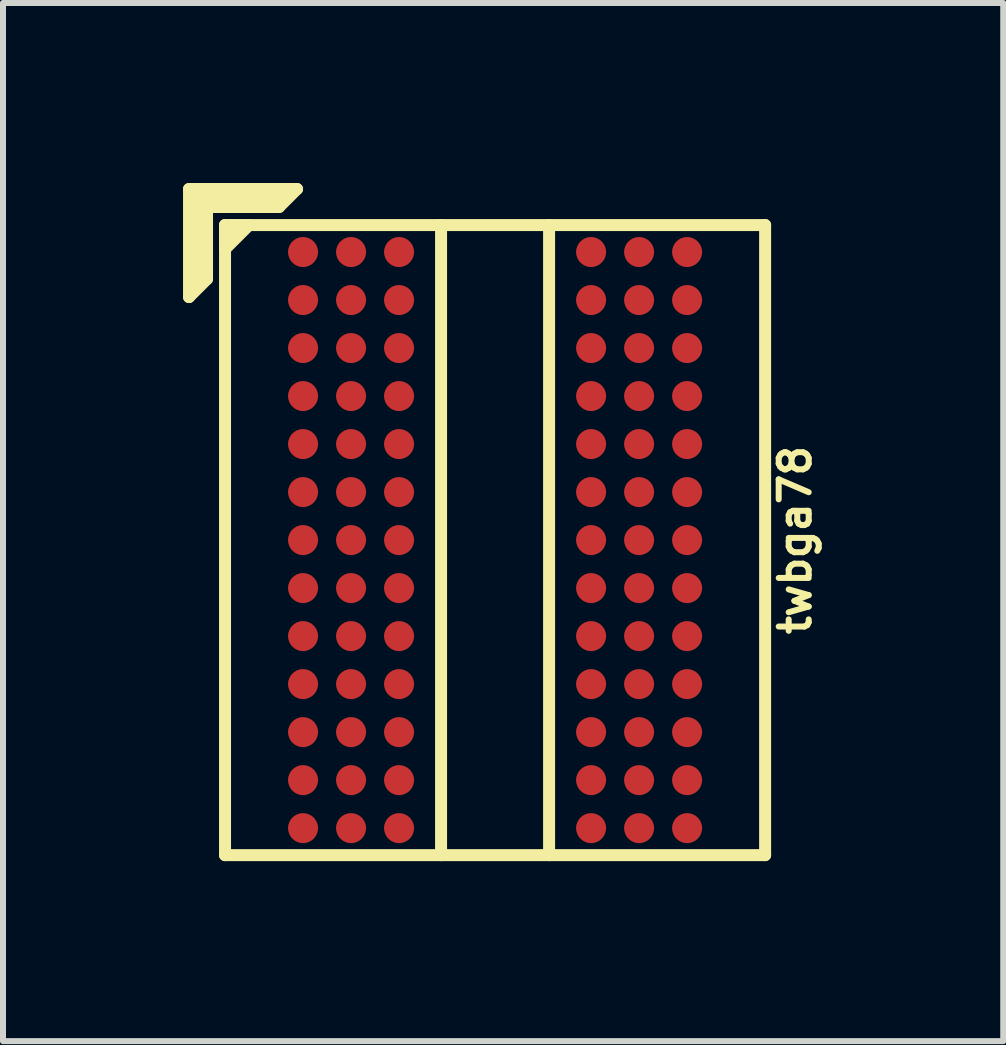
<source format=kicad_pcb>
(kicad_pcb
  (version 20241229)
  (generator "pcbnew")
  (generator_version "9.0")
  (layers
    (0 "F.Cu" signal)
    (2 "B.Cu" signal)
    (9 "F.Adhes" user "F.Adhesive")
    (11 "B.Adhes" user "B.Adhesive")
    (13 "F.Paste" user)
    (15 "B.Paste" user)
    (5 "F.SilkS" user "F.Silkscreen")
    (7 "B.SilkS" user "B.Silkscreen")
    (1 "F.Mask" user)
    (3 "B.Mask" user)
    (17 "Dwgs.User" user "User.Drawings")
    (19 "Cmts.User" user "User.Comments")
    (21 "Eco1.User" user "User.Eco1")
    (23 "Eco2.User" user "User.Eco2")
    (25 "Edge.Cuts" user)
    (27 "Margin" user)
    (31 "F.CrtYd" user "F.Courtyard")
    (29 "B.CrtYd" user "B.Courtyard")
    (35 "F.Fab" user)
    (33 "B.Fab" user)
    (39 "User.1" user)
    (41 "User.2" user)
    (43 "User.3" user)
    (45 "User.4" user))
  (footprint "twbga78"
    (layer "F.Cu")
    (at 5.2 5.95)
    (property "Reference" "twbga78" (at 5 0 90) (layer "F.SilkS") (effects (font (size 0.5 0.5) (thickness 0.1))))
    (attr smd)
    (fp_line (start -5.1 -5.85) (end -3.3 -5.85) (stroke (width 0.2) (type solid)) (layer "F.SilkS"))
    (fp_line (start -5.1 -4.05) (end -5.1 -5.85) (stroke (width 0.2) (type solid)) (layer "F.SilkS"))
    (fp_line (start -5 -5.75) (end -3.5 -5.75) (stroke (width 0.2) (type solid)) (layer "F.SilkS"))
    (fp_line (start -5 -4.25) (end -5 -5.75) (stroke (width 0.2) (type solid)) (layer "F.SilkS"))
    (fp_line (start -4.9 -5.65) (end -4.9 -4.35) (stroke (width 0.2) (type solid)) (layer "F.SilkS"))
    (fp_line (start -4.8 -5.55) (end -3.6 -5.55) (stroke (width 0.2) (type solid)) (layer "F.SilkS"))
    (fp_line (start -4.8 -4.35) (end -5.1 -4.05) (stroke (width 0.2) (type solid)) (layer "F.SilkS"))
    (fp_line (start -4.8 -4.35) (end -4.8 -5.55) (stroke (width 0.2) (type solid)) (layer "F.SilkS"))
    (fp_line (start -4.5 -5.25) (end 4.5 -5.25) (stroke (width 0.2) (type solid)) (layer "F.SilkS"))
    (fp_line (start -4.5 -5.15) (end -4.4 -5.25) (stroke (width 0.2) (type solid)) (layer "F.SilkS"))
    (fp_line (start -4.5 -4.85) (end -4.1 -5.25) (stroke (width 0.2) (type solid)) (layer "F.SilkS"))
    (fp_line (start -4.5 5.25) (end -4.5 -5.25) (stroke (width 0.2) (type solid)) (layer "F.SilkS"))
    (fp_line (start -4.3 -5.25) (end -4.5 -5.05) (stroke (width 0.2) (type solid)) (layer "F.SilkS"))
    (fp_line (start -4.2 -5.25) (end -4.5 -4.95) (stroke (width 0.2) (type solid)) (layer "F.SilkS"))
    (fp_line (start -3.6 -5.65) (end -4.9 -5.65) (stroke (width 0.2) (type solid)) (layer "F.SilkS"))
    (fp_line (start -3.3 -5.85) (end -3.6 -5.55) (stroke (width 0.2) (type solid)) (layer "F.SilkS"))
    (fp_line (start -0.9 -5.25) (end -0.9 5.25) (stroke (width 0.2) (type solid)) (layer "F.SilkS"))
    (fp_line (start 0.9 5.25) (end 0.9 -5.25) (stroke (width 0.2) (type solid)) (layer "F.SilkS"))
    (fp_line (start 4.5 -5.25) (end 4.5 5.25) (stroke (width 0.2) (type solid)) (layer "F.SilkS"))
    (fp_line (start 4.5 5.25) (end -4.5 5.25) (stroke (width 0.2) (type solid)) (layer "F.SilkS"))
    (pad "A1" smd circle (at -3.2 -4.8) (size 0.5 0.5) (layers "F.Cu" "F.Mask" "F.Paste"))
    (pad "A2" smd circle (at -2.4 -4.8) (size 0.5 0.5) (layers "F.Cu" "F.Mask" "F.Paste"))
    (pad "A3" smd circle (at -1.6 -4.8) (size 0.5 0.5) (layers "F.Cu" "F.Mask" "F.Paste"))
    (pad "A7" smd circle (at 1.6 -4.8) (size 0.5 0.5) (layers "F.Cu" "F.Mask" "F.Paste"))
    (pad "A8" smd circle (at 2.4 -4.8) (size 0.5 0.5) (layers "F.Cu" "F.Mask" "F.Paste"))
    (pad "A9" smd circle (at 3.2 -4.8) (size 0.5 0.5) (layers "F.Cu" "F.Mask" "F.Paste"))
    (pad "B1" smd circle (at -3.2 -4) (size 0.5 0.5) (layers "F.Cu" "F.Mask" "F.Paste"))
    (pad "B2" smd circle (at -2.4 -4) (size 0.5 0.5) (layers "F.Cu" "F.Mask" "F.Paste"))
    (pad "B3" smd circle (at -1.6 -4) (size 0.5 0.5) (layers "F.Cu" "F.Mask" "F.Paste"))
    (pad "B7" smd circle (at 1.6 -4) (size 0.5 0.5) (layers "F.Cu" "F.Mask" "F.Paste"))
    (pad "B8" smd circle (at 2.4 -4) (size 0.5 0.5) (layers "F.Cu" "F.Mask" "F.Paste"))
    (pad "B9" smd circle (at 3.2 -4) (size 0.5 0.5) (layers "F.Cu" "F.Mask" "F.Paste"))
    (pad "C1" smd circle (at -3.2 -3.2) (size 0.5 0.5) (layers "F.Cu" "F.Mask" "F.Paste"))
    (pad "C2" smd circle (at -2.4 -3.2) (size 0.5 0.5) (layers "F.Cu" "F.Mask" "F.Paste"))
    (pad "C3" smd circle (at -1.6 -3.2) (size 0.5 0.5) (layers "F.Cu" "F.Mask" "F.Paste"))
    (pad "C7" smd circle (at 1.6 -3.2) (size 0.5 0.5) (layers "F.Cu" "F.Mask" "F.Paste"))
    (pad "C8" smd circle (at 2.4 -3.2) (size 0.5 0.5) (layers "F.Cu" "F.Mask" "F.Paste"))
    (pad "C9" smd circle (at 3.2 -3.2) (size 0.5 0.5) (layers "F.Cu" "F.Mask" "F.Paste"))
    (pad "D1" smd circle (at -3.2 -2.4) (size 0.5 0.5) (layers "F.Cu" "F.Mask" "F.Paste"))
    (pad "D2" smd circle (at -2.4 -2.4) (size 0.5 0.5) (layers "F.Cu" "F.Mask" "F.Paste"))
    (pad "D3" smd circle (at -1.6 -2.4) (size 0.5 0.5) (layers "F.Cu" "F.Mask" "F.Paste"))
    (pad "D7" smd circle (at 1.6 -2.4) (size 0.5 0.5) (layers "F.Cu" "F.Mask" "F.Paste"))
    (pad "D8" smd circle (at 2.4 -2.4) (size 0.5 0.5) (layers "F.Cu" "F.Mask" "F.Paste"))
    (pad "D9" smd circle (at 3.2 -2.4) (size 0.5 0.5) (layers "F.Cu" "F.Mask" "F.Paste"))
    (pad "E1" smd circle (at -3.2 -1.6) (size 0.5 0.5) (layers "F.Cu" "F.Mask" "F.Paste"))
    (pad "E2" smd circle (at -2.4 -1.6) (size 0.5 0.5) (layers "F.Cu" "F.Mask" "F.Paste"))
    (pad "E3" smd circle (at -1.6 -1.6) (size 0.5 0.5) (layers "F.Cu" "F.Mask" "F.Paste"))
    (pad "E7" smd circle (at 1.6 -1.6) (size 0.5 0.5) (layers "F.Cu" "F.Mask" "F.Paste"))
    (pad "E8" smd circle (at 2.4 -1.6) (size 0.5 0.5) (layers "F.Cu" "F.Mask" "F.Paste"))
    (pad "E9" smd circle (at 3.2 -1.6) (size 0.5 0.5) (layers "F.Cu" "F.Mask" "F.Paste"))
    (pad "F1" smd circle (at -3.2 -0.8) (size 0.5 0.5) (layers "F.Cu" "F.Mask" "F.Paste"))
    (pad "F2" smd circle (at -2.4 -0.8) (size 0.5 0.5) (layers "F.Cu" "F.Mask" "F.Paste"))
    (pad "F3" smd circle (at -1.6 -0.8) (size 0.5 0.5) (layers "F.Cu" "F.Mask" "F.Paste"))
    (pad "F7" smd circle (at 1.6 -0.8) (size 0.5 0.5) (layers "F.Cu" "F.Mask" "F.Paste"))
    (pad "F8" smd circle (at 2.4 -0.8) (size 0.5 0.5) (layers "F.Cu" "F.Mask" "F.Paste"))
    (pad "F9" smd circle (at 3.2 -0.8) (size 0.5 0.5) (layers "F.Cu" "F.Mask" "F.Paste"))
    (pad "G1" smd circle (at -3.2 0) (size 0.5 0.5) (layers "F.Cu" "F.Mask" "F.Paste"))
    (pad "G2" smd circle (at -2.4 0) (size 0.5 0.5) (layers "F.Cu" "F.Mask" "F.Paste"))
    (pad "G3" smd circle (at -1.6 0) (size 0.5 0.5) (layers "F.Cu" "F.Mask" "F.Paste"))
    (pad "G7" smd circle (at 1.6 0) (size 0.5 0.5) (layers "F.Cu" "F.Mask" "F.Paste"))
    (pad "G8" smd circle (at 2.4 0) (size 0.5 0.5) (layers "F.Cu" "F.Mask" "F.Paste"))
    (pad "G9" smd circle (at 3.2 0) (size 0.5 0.5) (layers "F.Cu" "F.Mask" "F.Paste"))
    (pad "H1" smd circle (at -3.2 0.8) (size 0.5 0.5) (layers "F.Cu" "F.Mask" "F.Paste"))
    (pad "H2" smd circle (at -2.4 0.8) (size 0.5 0.5) (layers "F.Cu" "F.Mask" "F.Paste"))
    (pad "H3" smd circle (at -1.6 0.8) (size 0.5 0.5) (layers "F.Cu" "F.Mask" "F.Paste"))
    (pad "H7" smd circle (at 1.6 0.8) (size 0.5 0.5) (layers "F.Cu" "F.Mask" "F.Paste"))
    (pad "H8" smd circle (at 2.4 0.8) (size 0.5 0.5) (layers "F.Cu" "F.Mask" "F.Paste"))
    (pad "H9" smd circle (at 3.2 0.8) (size 0.5 0.5) (layers "F.Cu" "F.Mask" "F.Paste"))
    (pad "J1" smd circle (at -3.2 1.6) (size 0.5 0.5) (layers "F.Cu" "F.Mask" "F.Paste"))
    (pad "J2" smd circle (at -2.4 1.6) (size 0.5 0.5) (layers "F.Cu" "F.Mask" "F.Paste"))
    (pad "J3" smd circle (at -1.6 1.6) (size 0.5 0.5) (layers "F.Cu" "F.Mask" "F.Paste"))
    (pad "J7" smd circle (at 1.6 1.6) (size 0.5 0.5) (layers "F.Cu" "F.Mask" "F.Paste"))
    (pad "J8" smd circle (at 2.4 1.6) (size 0.5 0.5) (layers "F.Cu" "F.Mask" "F.Paste"))
    (pad "J9" smd circle (at 3.2 1.6) (size 0.5 0.5) (layers "F.Cu" "F.Mask" "F.Paste"))
    (pad "K1" smd circle (at -3.2 2.4) (size 0.5 0.5) (layers "F.Cu" "F.Mask" "F.Paste"))
    (pad "K2" smd circle (at -2.4 2.4) (size 0.5 0.5) (layers "F.Cu" "F.Mask" "F.Paste"))
    (pad "K3" smd circle (at -1.6 2.4) (size 0.5 0.5) (layers "F.Cu" "F.Mask" "F.Paste"))
    (pad "K7" smd circle (at 1.6 2.4) (size 0.5 0.5) (layers "F.Cu" "F.Mask" "F.Paste"))
    (pad "K8" smd circle (at 2.4 2.4) (size 0.5 0.5) (layers "F.Cu" "F.Mask" "F.Paste"))
    (pad "K9" smd circle (at 3.2 2.4) (size 0.5 0.5) (layers "F.Cu" "F.Mask" "F.Paste"))
    (pad "L1" smd circle (at -3.2 3.2) (size 0.5 0.5) (layers "F.Cu" "F.Mask" "F.Paste"))
    (pad "L2" smd circle (at -2.4 3.2) (size 0.5 0.5) (layers "F.Cu" "F.Mask" "F.Paste"))
    (pad "L3" smd circle (at -1.6 3.2) (size 0.5 0.5) (layers "F.Cu" "F.Mask" "F.Paste"))
    (pad "L7" smd circle (at 1.6 3.2) (size 0.5 0.5) (layers "F.Cu" "F.Mask" "F.Paste"))
    (pad "L8" smd circle (at 2.4 3.2) (size 0.5 0.5) (layers "F.Cu" "F.Mask" "F.Paste"))
    (pad "L9" smd circle (at 3.2 3.2) (size 0.5 0.5) (layers "F.Cu" "F.Mask" "F.Paste"))
    (pad "M1" smd circle (at -3.2 4) (size 0.5 0.5) (layers "F.Cu" "F.Mask" "F.Paste"))
    (pad "M2" smd circle (at -2.4 4) (size 0.5 0.5) (layers "F.Cu" "F.Mask" "F.Paste"))
    (pad "M3" smd circle (at -1.6 4) (size 0.5 0.5) (layers "F.Cu" "F.Mask" "F.Paste"))
    (pad "M7" smd circle (at 1.6 4) (size 0.5 0.5) (layers "F.Cu" "F.Mask" "F.Paste"))
    (pad "M8" smd circle (at 2.4 4) (size 0.5 0.5) (layers "F.Cu" "F.Mask" "F.Paste"))
    (pad "M9" smd circle (at 3.2 4) (size 0.5 0.5) (layers "F.Cu" "F.Mask" "F.Paste"))
    (pad "N1" smd circle (at -3.2 4.8) (size 0.5 0.5) (layers "F.Cu" "F.Mask" "F.Paste"))
    (pad "N2" smd circle (at -2.4 4.8) (size 0.5 0.5) (layers "F.Cu" "F.Mask" "F.Paste"))
    (pad "N3" smd circle (at -1.6 4.8) (size 0.5 0.5) (layers "F.Cu" "F.Mask" "F.Paste"))
    (pad "N7" smd circle (at 1.6 4.8) (size 0.5 0.5) (layers "F.Cu" "F.Mask" "F.Paste"))
    (pad "N8" smd circle (at 2.4 4.8) (size 0.5 0.5) (layers "F.Cu" "F.Mask" "F.Paste"))
    (pad "N9" smd circle (at 3.2 4.8) (size 0.5 0.5) (layers "F.Cu" "F.Mask" "F.Paste")))
  (gr_rect
    (start -3 -3)
    (end 13.668 14.3)
    (stroke (width 0.1) (type default))
    (fill no)
    (layer "Edge.Cuts")))
</source>
